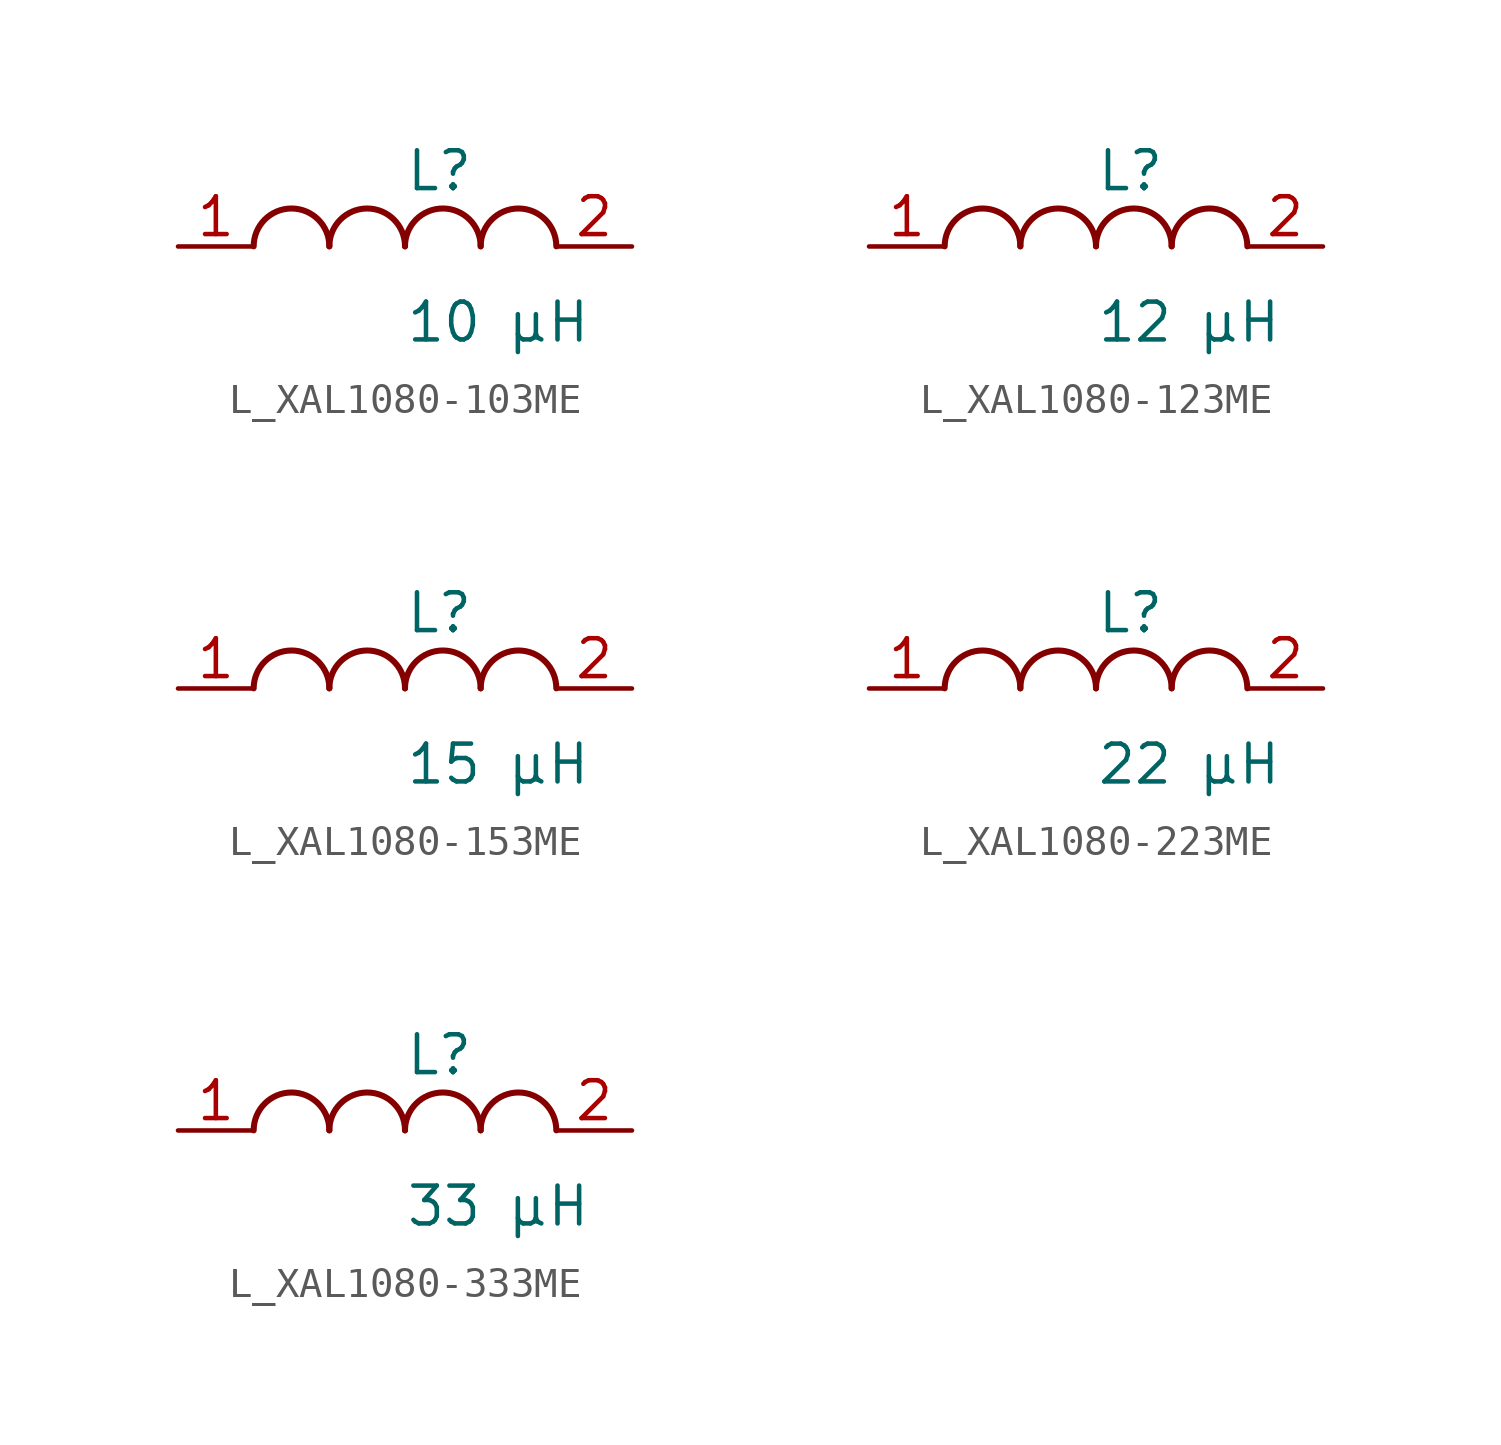
<source format=kicad_sym>
(kicad_symbol_lib
  (version 20231120)
  (generator kicad_symbol_editor)
  (generator_version 8.0)
  (symbol "L_XAL1080-103ME"
    (pin_names
      (offset 0.254))
    (property "Value" "10 µH"
      (at 0 -2.54 0)
      (effects (font (size 1.27 1.27)) (justify left)))
    (property "Reference" "L"
      (at 0 2.54 0)
      (effects (font (size 1.27 1.27)) (justify left)))
    (symbol "L_XAL1080-103ME_1_1"
      (arc (start -2.54 0.0056) (mid -3.81 1.27) (end -5.08 0.0056) (stroke (width 0.2032) (type default)) (fill (type none)))
      (arc (start 0 0.0056) (mid -1.27 1.27) (end -2.54 0.0056) (stroke (width 0.2032) (type default)) (fill (type none)))
      (arc (start 2.54 0.0056) (mid 1.27 1.27) (end 0 0.0056) (stroke (width 0.2032) (type default)) (fill (type none)))
      (arc (start 5.08 0.0056) (mid 3.81 1.27) (end 2.54 0.0056) (stroke (width 0.2032) (type default)) (fill (type none)))
      (pin unspecified line (at -7.62 0 0) (length 2.54) (name "" (effects (font (size 1.27 1.27)))) (number "1" (effects (font (size 1.27 1.27)))))
      (pin unspecified line (at 7.62 0 180) (length 2.54) (name "" (effects (font (size 1.27 1.27)))) (number "2" (effects (font (size 1.27 1.27)))))))
  (symbol "L_XAL1080-123ME"
    (pin_names
      (offset 0.254))
    (property "Value" "12 µH"
      (at 0 -2.54 0)
      (effects (font (size 1.27 1.27)) (justify left)))
    (property "Reference" "L"
      (at 0 2.54 0)
      (effects (font (size 1.27 1.27)) (justify left)))
    (symbol "L_XAL1080-123ME_1_1"
      (arc (start -2.54 0.0056) (mid -3.81 1.27) (end -5.08 0.0056) (stroke (width 0.2032) (type default)) (fill (type none)))
      (arc (start 0 0.0056) (mid -1.27 1.27) (end -2.54 0.0056) (stroke (width 0.2032) (type default)) (fill (type none)))
      (arc (start 2.54 0.0056) (mid 1.27 1.27) (end 0 0.0056) (stroke (width 0.2032) (type default)) (fill (type none)))
      (arc (start 5.08 0.0056) (mid 3.81 1.27) (end 2.54 0.0056) (stroke (width 0.2032) (type default)) (fill (type none)))
      (pin unspecified line (at -7.62 0 0) (length 2.54) (name "" (effects (font (size 1.27 1.27)))) (number "1" (effects (font (size 1.27 1.27)))))
      (pin unspecified line (at 7.62 0 180) (length 2.54) (name "" (effects (font (size 1.27 1.27)))) (number "2" (effects (font (size 1.27 1.27)))))))
  (symbol "L_XAL1080-153ME"
    (pin_names
      (offset 0.254))
    (property "Value" "15 µH"
      (at 0 -2.54 0)
      (effects (font (size 1.27 1.27)) (justify left)))
    (property "Reference" "L"
      (at 0 2.54 0)
      (effects (font (size 1.27 1.27)) (justify left)))
    (symbol "L_XAL1080-153ME_1_1"
      (arc (start -2.54 0.0056) (mid -3.81 1.27) (end -5.08 0.0056) (stroke (width 0.2032) (type default)) (fill (type none)))
      (arc (start 0 0.0056) (mid -1.27 1.27) (end -2.54 0.0056) (stroke (width 0.2032) (type default)) (fill (type none)))
      (arc (start 2.54 0.0056) (mid 1.27 1.27) (end 0 0.0056) (stroke (width 0.2032) (type default)) (fill (type none)))
      (arc (start 5.08 0.0056) (mid 3.81 1.27) (end 2.54 0.0056) (stroke (width 0.2032) (type default)) (fill (type none)))
      (pin unspecified line (at -7.62 0 0) (length 2.54) (name "" (effects (font (size 1.27 1.27)))) (number "1" (effects (font (size 1.27 1.27)))))
      (pin unspecified line (at 7.62 0 180) (length 2.54) (name "" (effects (font (size 1.27 1.27)))) (number "2" (effects (font (size 1.27 1.27)))))))
  (symbol "L_XAL1080-223ME"
    (pin_names
      (offset 0.254))
    (property "Value" "22 µH"
      (at 0 -2.54 0)
      (effects (font (size 1.27 1.27)) (justify left)))
    (property "Reference" "L"
      (at 0 2.54 0)
      (effects (font (size 1.27 1.27)) (justify left)))
    (symbol "L_XAL1080-223ME_1_1"
      (arc (start -2.54 0.0056) (mid -3.81 1.27) (end -5.08 0.0056) (stroke (width 0.2032) (type default)) (fill (type none)))
      (arc (start 0 0.0056) (mid -1.27 1.27) (end -2.54 0.0056) (stroke (width 0.2032) (type default)) (fill (type none)))
      (arc (start 2.54 0.0056) (mid 1.27 1.27) (end 0 0.0056) (stroke (width 0.2032) (type default)) (fill (type none)))
      (arc (start 5.08 0.0056) (mid 3.81 1.27) (end 2.54 0.0056) (stroke (width 0.2032) (type default)) (fill (type none)))
      (pin unspecified line (at -7.62 0 0) (length 2.54) (name "" (effects (font (size 1.27 1.27)))) (number "1" (effects (font (size 1.27 1.27)))))
      (pin unspecified line (at 7.62 0 180) (length 2.54) (name "" (effects (font (size 1.27 1.27)))) (number "2" (effects (font (size 1.27 1.27)))))))
  (symbol "L_XAL1080-333ME"
    (pin_names
      (offset 0.254))
    (property "Value" "33 µH"
      (at 0 -2.54 0)
      (effects (font (size 1.27 1.27)) (justify left)))
    (property "Reference" "L"
      (at 0 2.54 0)
      (effects (font (size 1.27 1.27)) (justify left)))
    (symbol "L_XAL1080-333ME_1_1"
      (arc (start -2.54 0.0056) (mid -3.81 1.27) (end -5.08 0.0056) (stroke (width 0.2032) (type default)) (fill (type none)))
      (arc (start 0 0.0056) (mid -1.27 1.27) (end -2.54 0.0056) (stroke (width 0.2032) (type default)) (fill (type none)))
      (arc (start 2.54 0.0056) (mid 1.27 1.27) (end 0 0.0056) (stroke (width 0.2032) (type default)) (fill (type none)))
      (arc (start 5.08 0.0056) (mid 3.81 1.27) (end 2.54 0.0056) (stroke (width 0.2032) (type default)) (fill (type none)))
      (pin unspecified line (at -7.62 0 0) (length 2.54) (name "" (effects (font (size 1.27 1.27)))) (number "1" (effects (font (size 1.27 1.27)))))
      (pin unspecified line (at 7.62 0 180) (length 2.54) (name "" (effects (font (size 1.27 1.27)))) (number "2" (effects (font (size 1.27 1.27))))))))
</source>
